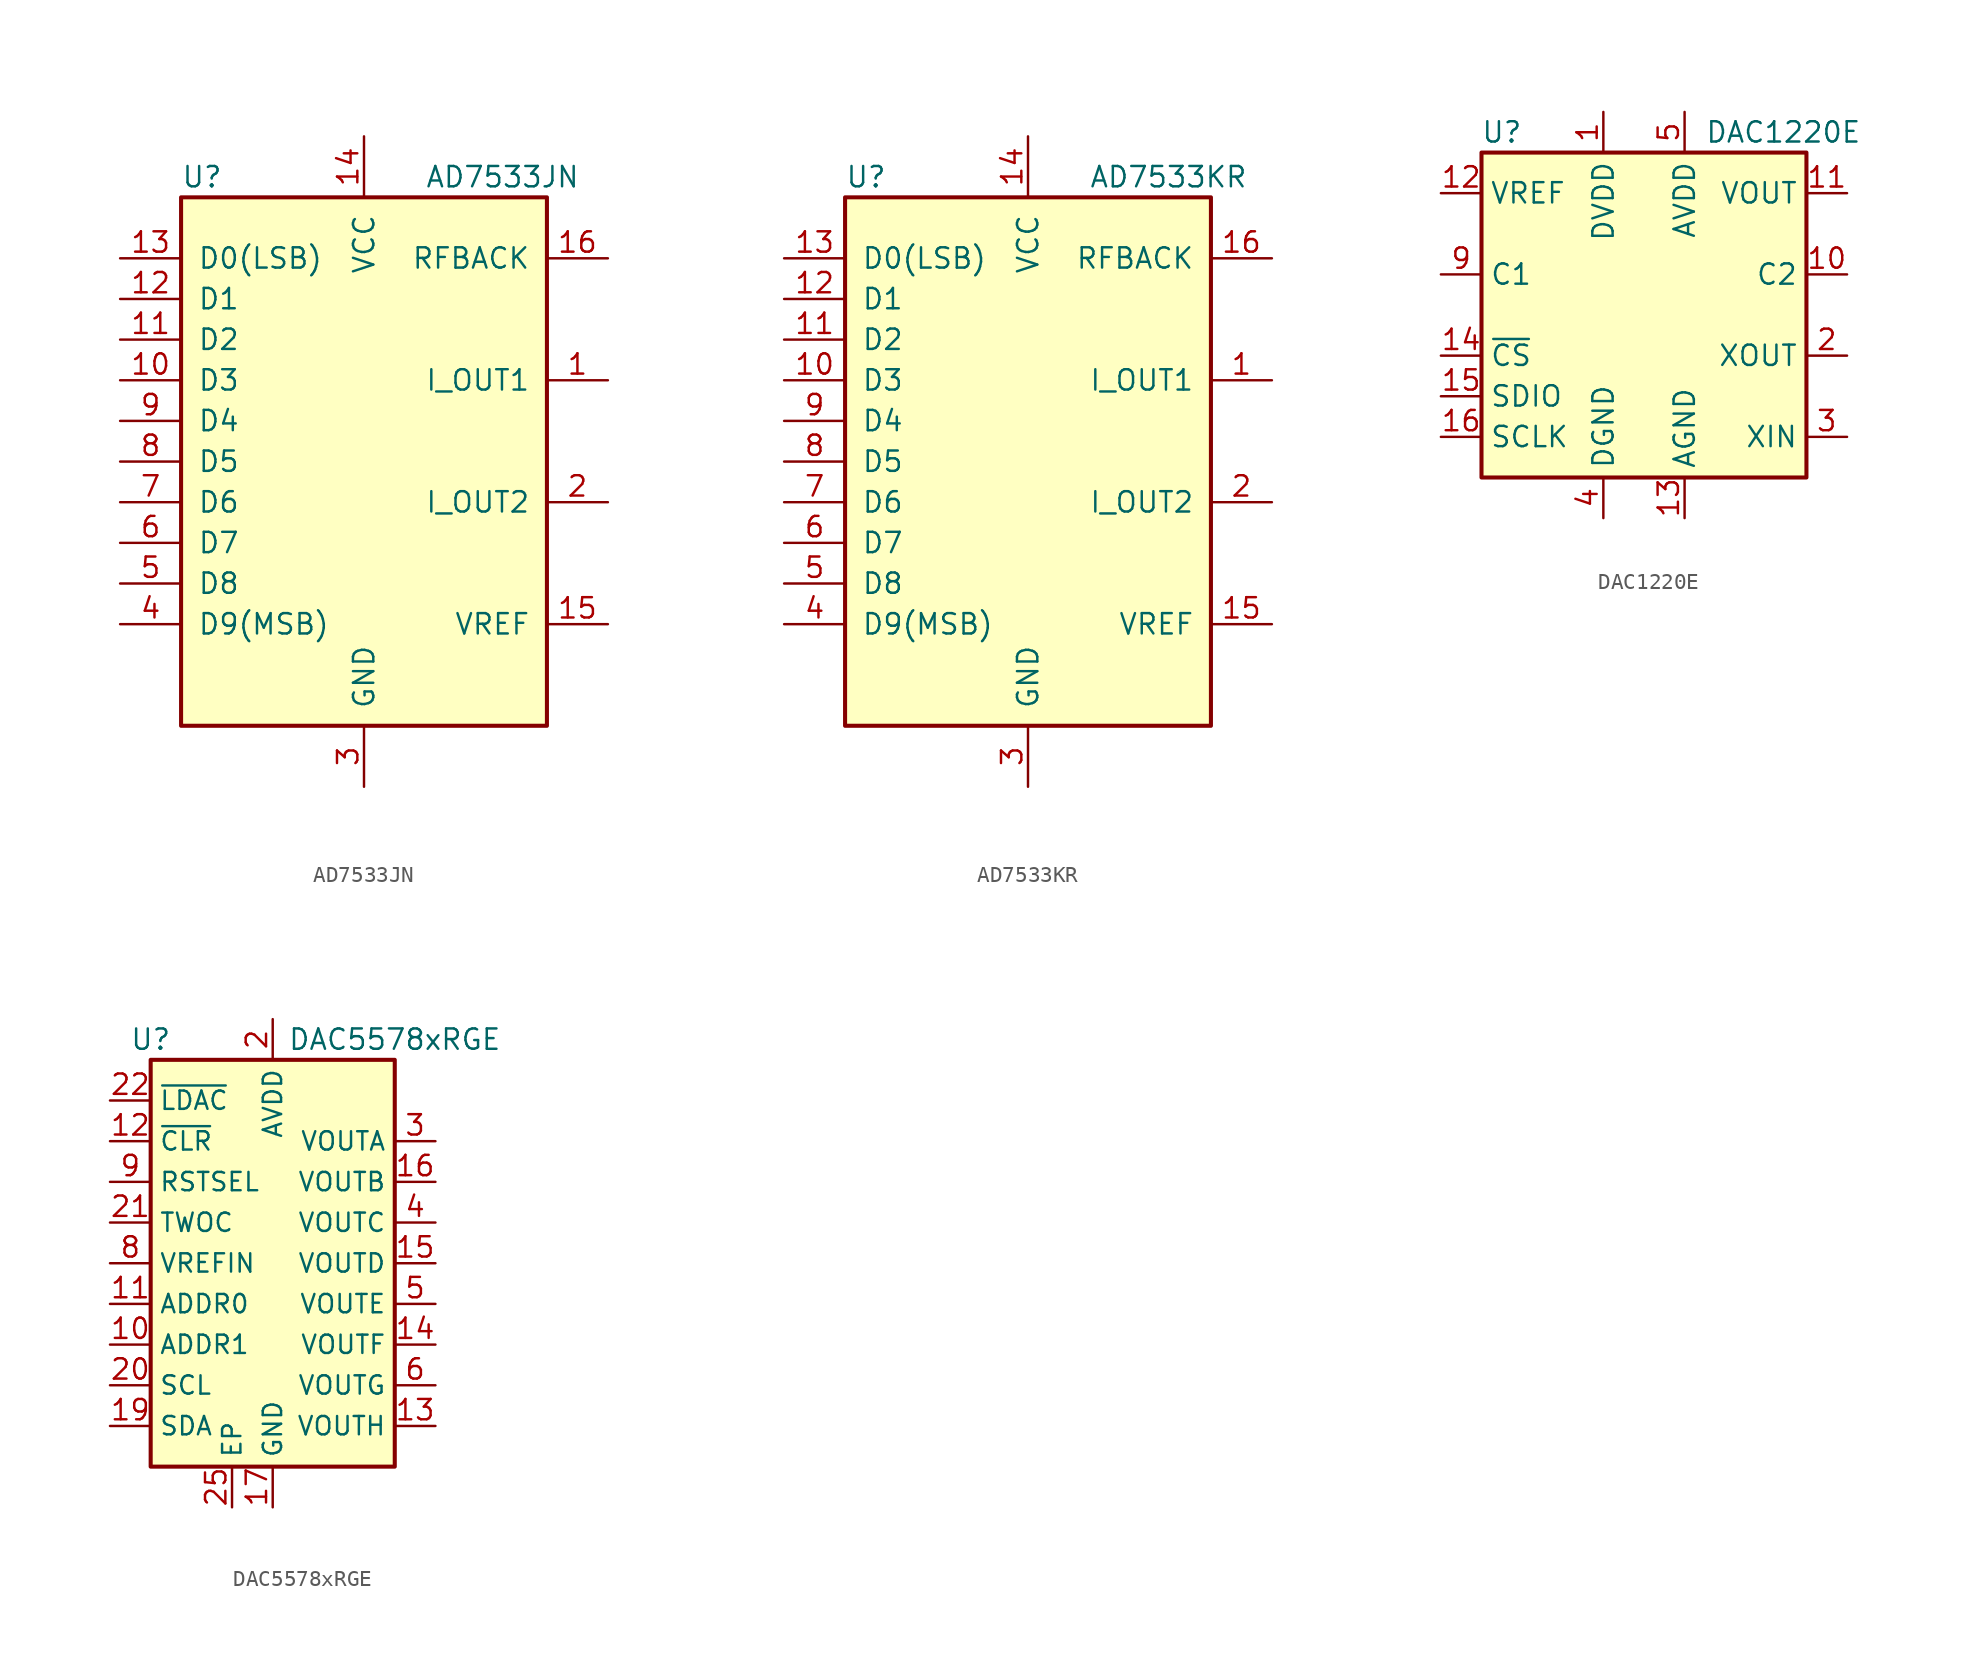
<source format=kicad_sym>
(kicad_symbol_lib
  (version 20200908)
  (generator kicad_symbol_editor)
  (symbol "Analog_DAC:AD7533JN"
    (pin_names
      (offset 1.016))
    (property "Reference" "U"
      (at -11.43 17.78 0)
      (effects (font (size 1.27 1.27)) (justify left)))
    (property "Value" "AD7533JN"
      (at 3.81 17.78 0)
      (effects (font (size 1.27 1.27)) (justify left)))
    (symbol "AD7533JN_0_1"
      (rectangle (start -11.43 -16.51) (end 11.43 16.51) (stroke (width 0.254)) (fill (type background))))
    (symbol "AD7533JN_1_1"
      (pin passive line (at 15.24 5.08 180) (length 3.81) (name "I_OUT1" (effects (font (size 1.27 1.27)))) (number "1" (effects (font (size 1.27 1.27)))))
      (pin input line (at -15.24 5.08 0) (length 3.81) (name "D3" (effects (font (size 1.27 1.27)))) (number "10" (effects (font (size 1.27 1.27)))))
      (pin input line (at -15.24 7.62 0) (length 3.81) (name "D2" (effects (font (size 1.27 1.27)))) (number "11" (effects (font (size 1.27 1.27)))))
      (pin input line (at -15.24 10.16 0) (length 3.81) (name "D1" (effects (font (size 1.27 1.27)))) (number "12" (effects (font (size 1.27 1.27)))))
      (pin input line (at -15.24 12.7 0) (length 3.81) (name "D0(LSB)" (effects (font (size 1.27 1.27)))) (number "13" (effects (font (size 1.27 1.27)))))
      (pin power_in line (at 0 20.32 270) (length 3.81) (name "VCC" (effects (font (size 1.27 1.27)))) (number "14" (effects (font (size 1.27 1.27)))))
      (pin passive line (at 15.24 -10.16 180) (length 3.81) (name "VREF" (effects (font (size 1.27 1.27)))) (number "15" (effects (font (size 1.27 1.27)))))
      (pin passive line (at 15.24 12.7 180) (length 3.81) (name "RFBACK" (effects (font (size 1.27 1.27)))) (number "16" (effects (font (size 1.27 1.27)))))
      (pin passive line (at 15.24 -2.54 180) (length 3.81) (name "I_OUT2" (effects (font (size 1.27 1.27)))) (number "2" (effects (font (size 1.27 1.27)))))
      (pin power_in line (at 0 -20.32 90) (length 3.81) (name "GND" (effects (font (size 1.27 1.27)))) (number "3" (effects (font (size 1.27 1.27)))))
      (pin input line (at -15.24 -10.16 0) (length 3.81) (name "D9(MSB)" (effects (font (size 1.27 1.27)))) (number "4" (effects (font (size 1.27 1.27)))))
      (pin input line (at -15.24 -7.62 0) (length 3.81) (name "D8" (effects (font (size 1.27 1.27)))) (number "5" (effects (font (size 1.27 1.27)))))
      (pin input line (at -15.24 -5.08 0) (length 3.81) (name "D7" (effects (font (size 1.27 1.27)))) (number "6" (effects (font (size 1.27 1.27)))))
      (pin input line (at -15.24 -2.54 0) (length 3.81) (name "D6" (effects (font (size 1.27 1.27)))) (number "7" (effects (font (size 1.27 1.27)))))
      (pin input line (at -15.24 0 0) (length 3.81) (name "D5" (effects (font (size 1.27 1.27)))) (number "8" (effects (font (size 1.27 1.27)))))
      (pin input line (at -15.24 2.54 0) (length 3.81) (name "D4" (effects (font (size 1.27 1.27)))) (number "9" (effects (font (size 1.27 1.27)))))))
  (symbol "Analog_DAC:AD7533KR"
    (pin_names
      (offset 1.016))
    (property "Reference" "U"
      (at -11.43 17.78 0)
      (effects (font (size 1.27 1.27)) (justify left)))
    (property "Value" "AD7533KR"
      (at 3.81 17.78 0)
      (effects (font (size 1.27 1.27)) (justify left)))
    (symbol "AD7533KR_0_1"
      (rectangle (start -11.43 -16.51) (end 11.43 16.51) (stroke (width 0.254)) (fill (type background))))
    (symbol "AD7533KR_1_1"
      (pin passive line (at 15.24 5.08 180) (length 3.81) (name "I_OUT1" (effects (font (size 1.27 1.27)))) (number "1" (effects (font (size 1.27 1.27)))))
      (pin input line (at -15.24 5.08 0) (length 3.81) (name "D3" (effects (font (size 1.27 1.27)))) (number "10" (effects (font (size 1.27 1.27)))))
      (pin input line (at -15.24 7.62 0) (length 3.81) (name "D2" (effects (font (size 1.27 1.27)))) (number "11" (effects (font (size 1.27 1.27)))))
      (pin input line (at -15.24 10.16 0) (length 3.81) (name "D1" (effects (font (size 1.27 1.27)))) (number "12" (effects (font (size 1.27 1.27)))))
      (pin input line (at -15.24 12.7 0) (length 3.81) (name "D0(LSB)" (effects (font (size 1.27 1.27)))) (number "13" (effects (font (size 1.27 1.27)))))
      (pin power_in line (at 0 20.32 270) (length 3.81) (name "VCC" (effects (font (size 1.27 1.27)))) (number "14" (effects (font (size 1.27 1.27)))))
      (pin passive line (at 15.24 -10.16 180) (length 3.81) (name "VREF" (effects (font (size 1.27 1.27)))) (number "15" (effects (font (size 1.27 1.27)))))
      (pin passive line (at 15.24 12.7 180) (length 3.81) (name "RFBACK" (effects (font (size 1.27 1.27)))) (number "16" (effects (font (size 1.27 1.27)))))
      (pin passive line (at 15.24 -2.54 180) (length 3.81) (name "I_OUT2" (effects (font (size 1.27 1.27)))) (number "2" (effects (font (size 1.27 1.27)))))
      (pin power_in line (at 0 -20.32 90) (length 3.81) (name "GND" (effects (font (size 1.27 1.27)))) (number "3" (effects (font (size 1.27 1.27)))))
      (pin input line (at -15.24 -10.16 0) (length 3.81) (name "D9(MSB)" (effects (font (size 1.27 1.27)))) (number "4" (effects (font (size 1.27 1.27)))))
      (pin input line (at -15.24 -7.62 0) (length 3.81) (name "D8" (effects (font (size 1.27 1.27)))) (number "5" (effects (font (size 1.27 1.27)))))
      (pin input line (at -15.24 -5.08 0) (length 3.81) (name "D7" (effects (font (size 1.27 1.27)))) (number "6" (effects (font (size 1.27 1.27)))))
      (pin input line (at -15.24 -2.54 0) (length 3.81) (name "D6" (effects (font (size 1.27 1.27)))) (number "7" (effects (font (size 1.27 1.27)))))
      (pin input line (at -15.24 0 0) (length 3.81) (name "D5" (effects (font (size 1.27 1.27)))) (number "8" (effects (font (size 1.27 1.27)))))
      (pin input line (at -15.24 2.54 0) (length 3.81) (name "D4" (effects (font (size 1.27 1.27)))) (number "9" (effects (font (size 1.27 1.27)))))))
  (symbol "Analog_DAC:DAC1220E"
    (property "Reference" "U"
      (at -8.89 11.43 0)
      (effects (font (size 1.27 1.27))))
    (property "Value" "DAC1220E"
      (at 3.81 11.43 0)
      (effects (font (size 1.27 1.27)) (justify left)))
    (symbol "DAC1220E_0_1"
      (rectangle (start -10.16 10.16) (end 10.16 -10.16) (stroke (width 0.254)) (fill (type background))))
    (symbol "DAC1220E_1_1"
      (pin power_in line (at -2.54 12.7 270) (length 2.54) (name "DVDD" (effects (font (size 1.27 1.27)))) (number "1" (effects (font (size 1.27 1.27)))))
      (pin passive line (at 12.7 2.54 180) (length 2.54) (name "C2" (effects (font (size 1.27 1.27)))) (number "10" (effects (font (size 1.27 1.27)))))
      (pin output line (at 12.7 7.62 180) (length 2.54) (name "VOUT" (effects (font (size 1.27 1.27)))) (number "11" (effects (font (size 1.27 1.27)))))
      (pin input line (at -12.7 7.62 0) (length 2.54) (name "VREF" (effects (font (size 1.27 1.27)))) (number "12" (effects (font (size 1.27 1.27)))))
      (pin power_in line (at 2.54 -12.7 90) (length 2.54) (name "AGND" (effects (font (size 1.27 1.27)))) (number "13" (effects (font (size 1.27 1.27)))))
      (pin input line (at -12.7 -2.54 0) (length 2.54) (name "~CS" (effects (font (size 1.27 1.27)))) (number "14" (effects (font (size 1.27 1.27)))))
      (pin bidirectional line (at -12.7 -5.08 0) (length 2.54) (name "SDIO" (effects (font (size 1.27 1.27)))) (number "15" (effects (font (size 1.27 1.27)))))
      (pin input line (at -12.7 -7.62 0) (length 2.54) (name "SCLK" (effects (font (size 1.27 1.27)))) (number "16" (effects (font (size 1.27 1.27)))))
      (pin output line (at 12.7 -2.54 180) (length 2.54) (name "XOUT" (effects (font (size 1.27 1.27)))) (number "2" (effects (font (size 1.27 1.27)))))
      (pin input line (at 12.7 -7.62 180) (length 2.54) (name "XIN" (effects (font (size 1.27 1.27)))) (number "3" (effects (font (size 1.27 1.27)))))
      (pin power_in line (at -2.54 -12.7 90) (length 2.54) (name "DGND" (effects (font (size 1.27 1.27)))) (number "4" (effects (font (size 1.27 1.27)))))
      (pin power_in line (at 2.54 12.7 270) (length 2.54) (name "AVDD" (effects (font (size 1.27 1.27)))) (number "5" (effects (font (size 1.27 1.27)))))
      (pin unconnected line (at 10.16 5.08 180) (length 2.54) hide (name "DNC" (effects (font (size 1.27 1.27)))) (number "6" (effects (font (size 1.27 1.27)))))
      (pin unconnected line (at 10.16 0 180) (length 2.54) hide (name "DNC" (effects (font (size 1.27 1.27)))) (number "7" (effects (font (size 1.27 1.27)))))
      (pin unconnected line (at 10.16 -5.08 180) (length 2.54) hide (name "DNC" (effects (font (size 1.27 1.27)))) (number "8" (effects (font (size 1.27 1.27)))))
      (pin passive line (at -12.7 2.54 0) (length 2.54) (name "C1" (effects (font (size 1.27 1.27)))) (number "9" (effects (font (size 1.27 1.27)))))))
  (symbol "Analog_DAC:DAC5578xRGE"
    (property "Reference" "U"
      (at -7.62 13.97 0)
      (effects (font (size 1.27 1.27))))
    (property "Value" "DAC5578xRGE"
      (at 7.62 13.97 0)
      (effects (font (size 1.27 1.27))))
    (symbol "DAC5578xRGE_0_1"
      (rectangle (start -7.62 12.7) (end 7.62 -12.7) (stroke (width 0.254)) (fill (type background))))
    (symbol "DAC5578xRGE_1_1"
      (pin unconnected line (at 7.62 10.16 180) (length 2.54) hide (name "NC" (effects (font (size 1.143 1.143)))) (number "1" (effects (font (size 1.27 1.27)))))
      (pin input line (at -10.16 -5.08 0) (length 2.54) (name "ADDR1" (effects (font (size 1.143 1.143)))) (number "10" (effects (font (size 1.27 1.27)))))
      (pin input line (at -10.16 -2.54 0) (length 2.54) (name "ADDR0" (effects (font (size 1.143 1.143)))) (number "11" (effects (font (size 1.27 1.27)))))
      (pin input line (at -10.16 7.62 0) (length 2.54) (name "~CLR" (effects (font (size 1.143 1.143)))) (number "12" (effects (font (size 1.27 1.27)))))
      (pin output line (at 10.16 -10.16 180) (length 2.54) (name "VOUTH" (effects (font (size 1.143 1.143)))) (number "13" (effects (font (size 1.27 1.27)))))
      (pin output line (at 10.16 -5.08 180) (length 2.54) (name "VOUTF" (effects (font (size 1.143 1.143)))) (number "14" (effects (font (size 1.27 1.27)))))
      (pin output line (at 10.16 0 180) (length 2.54) (name "VOUTD" (effects (font (size 1.143 1.143)))) (number "15" (effects (font (size 1.27 1.27)))))
      (pin output line (at 10.16 5.08 180) (length 2.54) (name "VOUTB" (effects (font (size 1.143 1.143)))) (number "16" (effects (font (size 1.27 1.27)))))
      (pin power_in line (at 0 -15.24 90) (length 2.54) (name "GND" (effects (font (size 1.143 1.143)))) (number "17" (effects (font (size 1.27 1.27)))))
      (pin unconnected line (at 7.62 12.7 180) (length 2.54) hide (name "NC" (effects (font (size 1.143 1.143)))) (number "18" (effects (font (size 1.27 1.27)))))
      (pin bidirectional line (at -10.16 -10.16 0) (length 2.54) (name "SDA" (effects (font (size 1.143 1.143)))) (number "19" (effects (font (size 1.27 1.27)))))
      (pin power_in line (at 0 15.24 270) (length 2.54) (name "AVDD" (effects (font (size 1.143 1.143)))) (number "2" (effects (font (size 1.27 1.27)))))
      (pin input line (at -10.16 -7.62 0) (length 2.54) (name "SCL" (effects (font (size 1.143 1.143)))) (number "20" (effects (font (size 1.27 1.27)))))
      (pin input line (at -10.16 2.54 0) (length 2.54) (name "TWOC" (effects (font (size 1.143 1.143)))) (number "21" (effects (font (size 1.27 1.27)))))
      (pin input line (at -10.16 10.16 0) (length 2.54) (name "~LDAC" (effects (font (size 1.143 1.143)))) (number "22" (effects (font (size 1.27 1.27)))))
      (pin unconnected line (at 5.08 12.7 180) (length 2.54) hide (name "NC" (effects (font (size 1.143 1.143)))) (number "23" (effects (font (size 1.27 1.27)))))
      (pin unconnected line (at 2.54 10.16 180) (length 2.54) hide (name "NC" (effects (font (size 1.143 1.143)))) (number "24" (effects (font (size 1.27 1.27)))))
      (pin passive line (at -2.54 -15.24 90) (length 2.54) (name "EP" (effects (font (size 1.143 1.143)))) (number "25" (effects (font (size 1.27 1.27)))))
      (pin output line (at 10.16 7.62 180) (length 2.54) (name "VOUTA" (effects (font (size 1.143 1.143)))) (number "3" (effects (font (size 1.27 1.27)))))
      (pin output line (at 10.16 2.54 180) (length 2.54) (name "VOUTC" (effects (font (size 1.143 1.143)))) (number "4" (effects (font (size 1.27 1.27)))))
      (pin output line (at 10.16 -2.54 180) (length 2.54) (name "VOUTE" (effects (font (size 1.143 1.143)))) (number "5" (effects (font (size 1.27 1.27)))))
      (pin output line (at 10.16 -7.62 180) (length 2.54) (name "VOUTG" (effects (font (size 1.143 1.143)))) (number "6" (effects (font (size 1.27 1.27)))))
      (pin unconnected line (at 5.08 10.16 180) (length 2.54) hide (name "NC" (effects (font (size 1.143 1.143)))) (number "7" (effects (font (size 1.27 1.27)))))
      (pin input line (at -10.16 0 0) (length 2.54) (name "VREFIN" (effects (font (size 1.143 1.143)))) (number "8" (effects (font (size 1.27 1.27)))))
      (pin input line (at -10.16 5.08 0) (length 2.54) (name "RSTSEL" (effects (font (size 1.143 1.143)))) (number "9" (effects (font (size 1.27 1.27))))))))
</source>
